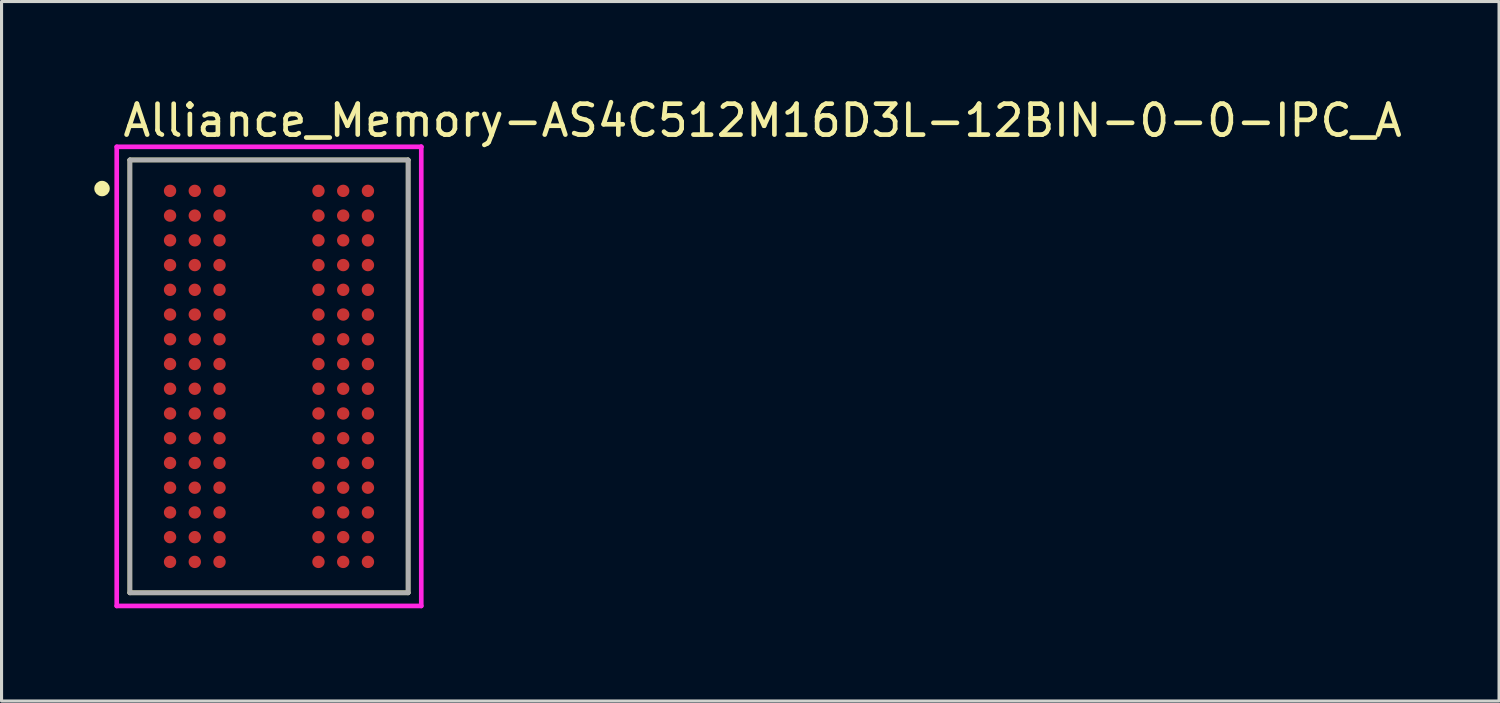
<source format=kicad_pcb>
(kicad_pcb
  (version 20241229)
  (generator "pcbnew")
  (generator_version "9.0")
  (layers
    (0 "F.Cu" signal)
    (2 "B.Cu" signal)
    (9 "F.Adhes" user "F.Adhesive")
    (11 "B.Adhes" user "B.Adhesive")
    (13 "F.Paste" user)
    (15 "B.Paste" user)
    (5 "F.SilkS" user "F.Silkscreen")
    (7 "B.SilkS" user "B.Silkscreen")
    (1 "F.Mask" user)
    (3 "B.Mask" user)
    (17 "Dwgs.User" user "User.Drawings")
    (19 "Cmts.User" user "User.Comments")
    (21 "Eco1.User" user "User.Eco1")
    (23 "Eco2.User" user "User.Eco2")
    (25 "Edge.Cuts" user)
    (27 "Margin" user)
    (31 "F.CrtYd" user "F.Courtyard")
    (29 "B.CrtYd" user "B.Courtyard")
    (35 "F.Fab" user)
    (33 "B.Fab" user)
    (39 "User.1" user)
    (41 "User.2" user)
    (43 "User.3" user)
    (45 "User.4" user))
  (footprint "Alliance_Memory-AS4C512M16D3L-12BIN-0-0-IPC_A"
    (layer "F.Cu")
    (at 5.65 9.123)
    (property "Reference" "Alliance_Memory-AS4C512M16D3L-12BIN-0-0-IPC_A" (at -4.8 -8.275 0) (layer "F.SilkS") (effects (font (size 1 1) (thickness 0.15)) (justify left)))
    (attr through_hole)
    (fp_line (start -4.5 -7) (end 4.5 -7) (stroke (width 0.15) (type solid)) (layer "F.SilkS"))
    (fp_line (start -4.5 7) (end -4.5 -7) (stroke (width 0.15) (type solid)) (layer "F.SilkS"))
    (fp_line (start 4.5 -7) (end 4.5 7) (stroke (width 0.15) (type solid)) (layer "F.SilkS"))
    (fp_line (start 4.5 7) (end -4.5 7) (stroke (width 0.15) (type solid)) (layer "F.SilkS"))
    (fp_circle (center -5.4 -6.075) (end -5.275 -6.075) (stroke (width 0.25) (type solid)) (fill no) (layer "F.SilkS"))
    (fp_line (start -4.925 -7.425) (end -4.925 7.425) (stroke (width 0.15) (type solid)) (layer "F.CrtYd"))
    (fp_line (start -4.925 7.425) (end 4.925 7.425) (stroke (width 0.15) (type solid)) (layer "F.CrtYd"))
    (fp_line (start 4.925 -7.425) (end -4.925 -7.425) (stroke (width 0.15) (type solid)) (layer "F.CrtYd"))
    (fp_line (start 4.925 -7.425) (end 4.925 -7.425) (stroke (width 0.15) (type solid)) (layer "F.CrtYd"))
    (fp_line (start 4.925 7.425) (end 4.925 -7.425) (stroke (width 0.15) (type solid)) (layer "F.CrtYd"))
    (fp_line (start -4.5 -7) (end 4.5 -7) (stroke (width 0.15) (type solid)) (layer "F.Fab"))
    (fp_line (start -4.5 7) (end -4.5 -7) (stroke (width 0.15) (type solid)) (layer "F.Fab"))
    (fp_line (start 4.5 -7) (end 4.5 7) (stroke (width 0.15) (type solid)) (layer "F.Fab"))
    (fp_line (start 4.5 7) (end -4.5 7) (stroke (width 0.15) (type solid)) (layer "F.Fab"))
    (pad "A1" smd circle (at -3.2 -6) (size 0.4 0.4) (layers "F.Cu" "F.Mask" "F.Paste"))
    (pad "A2" smd circle (at -2.4 -6) (size 0.4 0.4) (layers "F.Cu" "F.Mask" "F.Paste"))
    (pad "A3" smd circle (at -1.6 -6) (size 0.4 0.4) (layers "F.Cu" "F.Mask" "F.Paste"))
    (pad "A7" smd circle (at 1.6 -6) (size 0.4 0.4) (layers "F.Cu" "F.Mask" "F.Paste"))
    (pad "A8" smd circle (at 2.4 -6) (size 0.4 0.4) (layers "F.Cu" "F.Mask" "F.Paste"))
    (pad "A9" smd circle (at 3.2 -6) (size 0.4 0.4) (layers "F.Cu" "F.Mask" "F.Paste"))
    (pad "B1" smd circle (at -3.2 -5.2) (size 0.4 0.4) (layers "F.Cu" "F.Mask" "F.Paste"))
    (pad "B2" smd circle (at -2.4 -5.2) (size 0.4 0.4) (layers "F.Cu" "F.Mask" "F.Paste"))
    (pad "B3" smd circle (at -1.6 -5.2) (size 0.4 0.4) (layers "F.Cu" "F.Mask" "F.Paste"))
    (pad "B7" smd circle (at 1.6 -5.2) (size 0.4 0.4) (layers "F.Cu" "F.Mask" "F.Paste"))
    (pad "B8" smd circle (at 2.4 -5.2) (size 0.4 0.4) (layers "F.Cu" "F.Mask" "F.Paste"))
    (pad "B9" smd circle (at 3.2 -5.2) (size 0.4 0.4) (layers "F.Cu" "F.Mask" "F.Paste"))
    (pad "C1" smd circle (at -3.2 -4.4) (size 0.4 0.4) (layers "F.Cu" "F.Mask" "F.Paste"))
    (pad "C2" smd circle (at -2.4 -4.4) (size 0.4 0.4) (layers "F.Cu" "F.Mask" "F.Paste"))
    (pad "C3" smd circle (at -1.6 -4.4) (size 0.4 0.4) (layers "F.Cu" "F.Mask" "F.Paste"))
    (pad "C7" smd circle (at 1.6 -4.4) (size 0.4 0.4) (layers "F.Cu" "F.Mask" "F.Paste"))
    (pad "C8" smd circle (at 2.4 -4.4) (size 0.4 0.4) (layers "F.Cu" "F.Mask" "F.Paste"))
    (pad "C9" smd circle (at 3.2 -4.4) (size 0.4 0.4) (layers "F.Cu" "F.Mask" "F.Paste"))
    (pad "D1" smd circle (at -3.2 -3.6) (size 0.4 0.4) (layers "F.Cu" "F.Mask" "F.Paste"))
    (pad "D2" smd circle (at -2.4 -3.6) (size 0.4 0.4) (layers "F.Cu" "F.Mask" "F.Paste"))
    (pad "D3" smd circle (at -1.6 -3.6) (size 0.4 0.4) (layers "F.Cu" "F.Mask" "F.Paste"))
    (pad "D7" smd circle (at 1.6 -3.6) (size 0.4 0.4) (layers "F.Cu" "F.Mask" "F.Paste"))
    (pad "D8" smd circle (at 2.4 -3.6) (size 0.4 0.4) (layers "F.Cu" "F.Mask" "F.Paste"))
    (pad "D9" smd circle (at 3.2 -3.6) (size 0.4 0.4) (layers "F.Cu" "F.Mask" "F.Paste"))
    (pad "E1" smd circle (at -3.2 -2.8) (size 0.4 0.4) (layers "F.Cu" "F.Mask" "F.Paste"))
    (pad "E2" smd circle (at -2.4 -2.8) (size 0.4 0.4) (layers "F.Cu" "F.Mask" "F.Paste"))
    (pad "E3" smd circle (at -1.6 -2.8) (size 0.4 0.4) (layers "F.Cu" "F.Mask" "F.Paste"))
    (pad "E7" smd circle (at 1.6 -2.8) (size 0.4 0.4) (layers "F.Cu" "F.Mask" "F.Paste"))
    (pad "E8" smd circle (at 2.4 -2.8) (size 0.4 0.4) (layers "F.Cu" "F.Mask" "F.Paste"))
    (pad "E9" smd circle (at 3.2 -2.8) (size 0.4 0.4) (layers "F.Cu" "F.Mask" "F.Paste"))
    (pad "F1" smd circle (at -3.2 -2) (size 0.4 0.4) (layers "F.Cu" "F.Mask" "F.Paste"))
    (pad "F2" smd circle (at -2.4 -2) (size 0.4 0.4) (layers "F.Cu" "F.Mask" "F.Paste"))
    (pad "F3" smd circle (at -1.6 -2) (size 0.4 0.4) (layers "F.Cu" "F.Mask" "F.Paste"))
    (pad "F7" smd circle (at 1.6 -2) (size 0.4 0.4) (layers "F.Cu" "F.Mask" "F.Paste"))
    (pad "F8" smd circle (at 2.4 -2) (size 0.4 0.4) (layers "F.Cu" "F.Mask" "F.Paste"))
    (pad "F9" smd circle (at 3.2 -2) (size 0.4 0.4) (layers "F.Cu" "F.Mask" "F.Paste"))
    (pad "G1" smd circle (at -3.2 -1.2) (size 0.4 0.4) (layers "F.Cu" "F.Mask" "F.Paste"))
    (pad "G2" smd circle (at -2.4 -1.2) (size 0.4 0.4) (layers "F.Cu" "F.Mask" "F.Paste"))
    (pad "G3" smd circle (at -1.6 -1.2) (size 0.4 0.4) (layers "F.Cu" "F.Mask" "F.Paste"))
    (pad "G7" smd circle (at 1.6 -1.2) (size 0.4 0.4) (layers "F.Cu" "F.Mask" "F.Paste"))
    (pad "G8" smd circle (at 2.4 -1.2) (size 0.4 0.4) (layers "F.Cu" "F.Mask" "F.Paste"))
    (pad "G9" smd circle (at 3.2 -1.2) (size 0.4 0.4) (layers "F.Cu" "F.Mask" "F.Paste"))
    (pad "H1" smd circle (at -3.2 -0.4) (size 0.4 0.4) (layers "F.Cu" "F.Mask" "F.Paste"))
    (pad "H2" smd circle (at -2.4 -0.4) (size 0.4 0.4) (layers "F.Cu" "F.Mask" "F.Paste"))
    (pad "H3" smd circle (at -1.6 -0.4) (size 0.4 0.4) (layers "F.Cu" "F.Mask" "F.Paste"))
    (pad "H7" smd circle (at 1.6 -0.4) (size 0.4 0.4) (layers "F.Cu" "F.Mask" "F.Paste"))
    (pad "H8" smd circle (at 2.4 -0.4) (size 0.4 0.4) (layers "F.Cu" "F.Mask" "F.Paste"))
    (pad "H9" smd circle (at 3.2 -0.4) (size 0.4 0.4) (layers "F.Cu" "F.Mask" "F.Paste"))
    (pad "J1" smd circle (at -3.2 0.4) (size 0.4 0.4) (layers "F.Cu" "F.Mask" "F.Paste"))
    (pad "J2" smd circle (at -2.4 0.4) (size 0.4 0.4) (layers "F.Cu" "F.Mask" "F.Paste"))
    (pad "J3" smd circle (at -1.6 0.4) (size 0.4 0.4) (layers "F.Cu" "F.Mask" "F.Paste"))
    (pad "J7" smd circle (at 1.6 0.4) (size 0.4 0.4) (layers "F.Cu" "F.Mask" "F.Paste"))
    (pad "J8" smd circle (at 2.4 0.4) (size 0.4 0.4) (layers "F.Cu" "F.Mask" "F.Paste"))
    (pad "J9" smd circle (at 3.2 0.4) (size 0.4 0.4) (layers "F.Cu" "F.Mask" "F.Paste"))
    (pad "K1" smd circle (at -3.2 1.2) (size 0.4 0.4) (layers "F.Cu" "F.Mask" "F.Paste"))
    (pad "K2" smd circle (at -2.4 1.2) (size 0.4 0.4) (layers "F.Cu" "F.Mask" "F.Paste"))
    (pad "K3" smd circle (at -1.6 1.2) (size 0.4 0.4) (layers "F.Cu" "F.Mask" "F.Paste"))
    (pad "K7" smd circle (at 1.6 1.2) (size 0.4 0.4) (layers "F.Cu" "F.Mask" "F.Paste"))
    (pad "K8" smd circle (at 2.4 1.2) (size 0.4 0.4) (layers "F.Cu" "F.Mask" "F.Paste"))
    (pad "K9" smd circle (at 3.2 1.2) (size 0.4 0.4) (layers "F.Cu" "F.Mask" "F.Paste"))
    (pad "L1" smd circle (at -3.2 2) (size 0.4 0.4) (layers "F.Cu" "F.Mask" "F.Paste"))
    (pad "L2" smd circle (at -2.4 2) (size 0.4 0.4) (layers "F.Cu" "F.Mask" "F.Paste"))
    (pad "L3" smd circle (at -1.6 2) (size 0.4 0.4) (layers "F.Cu" "F.Mask" "F.Paste"))
    (pad "L7" smd circle (at 1.6 2) (size 0.4 0.4) (layers "F.Cu" "F.Mask" "F.Paste"))
    (pad "L8" smd circle (at 2.4 2) (size 0.4 0.4) (layers "F.Cu" "F.Mask" "F.Paste"))
    (pad "L9" smd circle (at 3.2 2) (size 0.4 0.4) (layers "F.Cu" "F.Mask" "F.Paste"))
    (pad "M1" smd circle (at -3.2 2.8) (size 0.4 0.4) (layers "F.Cu" "F.Mask" "F.Paste"))
    (pad "M2" smd circle (at -2.4 2.8) (size 0.4 0.4) (layers "F.Cu" "F.Mask" "F.Paste"))
    (pad "M3" smd circle (at -1.6 2.8) (size 0.4 0.4) (layers "F.Cu" "F.Mask" "F.Paste"))
    (pad "M7" smd circle (at 1.6 2.8) (size 0.4 0.4) (layers "F.Cu" "F.Mask" "F.Paste"))
    (pad "M8" smd circle (at 2.4 2.8) (size 0.4 0.4) (layers "F.Cu" "F.Mask" "F.Paste"))
    (pad "M9" smd circle (at 3.2 2.8) (size 0.4 0.4) (layers "F.Cu" "F.Mask" "F.Paste"))
    (pad "N1" smd circle (at -3.2 3.6) (size 0.4 0.4) (layers "F.Cu" "F.Mask" "F.Paste"))
    (pad "N2" smd circle (at -2.4 3.6) (size 0.4 0.4) (layers "F.Cu" "F.Mask" "F.Paste"))
    (pad "N3" smd circle (at -1.6 3.6) (size 0.4 0.4) (layers "F.Cu" "F.Mask" "F.Paste"))
    (pad "N7" smd circle (at 1.6 3.6) (size 0.4 0.4) (layers "F.Cu" "F.Mask" "F.Paste"))
    (pad "N8" smd circle (at 2.4 3.6) (size 0.4 0.4) (layers "F.Cu" "F.Mask" "F.Paste"))
    (pad "N9" smd circle (at 3.2 3.6) (size 0.4 0.4) (layers "F.Cu" "F.Mask" "F.Paste"))
    (pad "P1" smd circle (at -3.2 4.4) (size 0.4 0.4) (layers "F.Cu" "F.Mask" "F.Paste"))
    (pad "P2" smd circle (at -2.4 4.4) (size 0.4 0.4) (layers "F.Cu" "F.Mask" "F.Paste"))
    (pad "P3" smd circle (at -1.6 4.4) (size 0.4 0.4) (layers "F.Cu" "F.Mask" "F.Paste"))
    (pad "P7" smd circle (at 1.6 4.4) (size 0.4 0.4) (layers "F.Cu" "F.Mask" "F.Paste"))
    (pad "P8" smd circle (at 2.4 4.4) (size 0.4 0.4) (layers "F.Cu" "F.Mask" "F.Paste"))
    (pad "P9" smd circle (at 3.2 4.4) (size 0.4 0.4) (layers "F.Cu" "F.Mask" "F.Paste"))
    (pad "R1" smd circle (at -3.2 5.2) (size 0.4 0.4) (layers "F.Cu" "F.Mask" "F.Paste"))
    (pad "R2" smd circle (at -2.4 5.2) (size 0.4 0.4) (layers "F.Cu" "F.Mask" "F.Paste"))
    (pad "R3" smd circle (at -1.6 5.2) (size 0.4 0.4) (layers "F.Cu" "F.Mask" "F.Paste"))
    (pad "R7" smd circle (at 1.6 5.2) (size 0.4 0.4) (layers "F.Cu" "F.Mask" "F.Paste"))
    (pad "R8" smd circle (at 2.4 5.2) (size 0.4 0.4) (layers "F.Cu" "F.Mask" "F.Paste"))
    (pad "R9" smd circle (at 3.2 5.2) (size 0.4 0.4) (layers "F.Cu" "F.Mask" "F.Paste"))
    (pad "T1" smd circle (at -3.2 6) (size 0.4 0.4) (layers "F.Cu" "F.Mask" "F.Paste"))
    (pad "T2" smd circle (at -2.4 6) (size 0.4 0.4) (layers "F.Cu" "F.Mask" "F.Paste"))
    (pad "T3" smd circle (at -1.6 6) (size 0.4 0.4) (layers "F.Cu" "F.Mask" "F.Paste"))
    (pad "T7" smd circle (at 1.6 6) (size 0.4 0.4) (layers "F.Cu" "F.Mask" "F.Paste"))
    (pad "T8" smd circle (at 2.4 6) (size 0.4 0.4) (layers "F.Cu" "F.Mask" "F.Paste"))
    (pad "T9" smd circle (at 3.2 6) (size 0.4 0.4) (layers "F.Cu" "F.Mask" "F.Paste")))
  (gr_rect
    (start -3 -3)
    (end 45.433 19.623)
    (stroke (width 0.1) (type default))
    (fill no)
    (layer "Edge.Cuts")))
</source>
